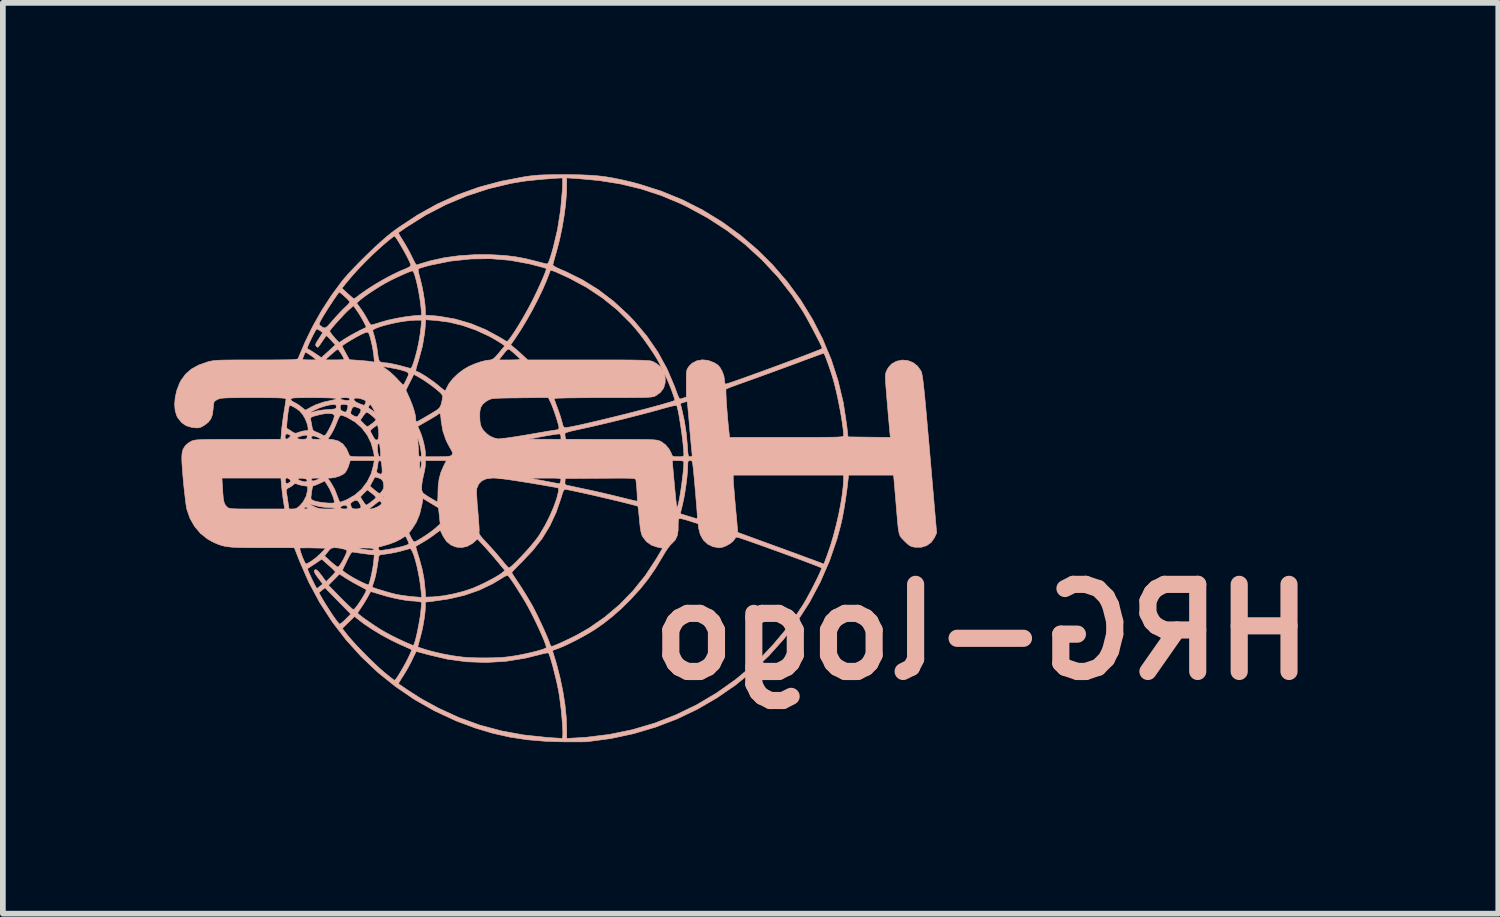
<source format=kicad_pcb>
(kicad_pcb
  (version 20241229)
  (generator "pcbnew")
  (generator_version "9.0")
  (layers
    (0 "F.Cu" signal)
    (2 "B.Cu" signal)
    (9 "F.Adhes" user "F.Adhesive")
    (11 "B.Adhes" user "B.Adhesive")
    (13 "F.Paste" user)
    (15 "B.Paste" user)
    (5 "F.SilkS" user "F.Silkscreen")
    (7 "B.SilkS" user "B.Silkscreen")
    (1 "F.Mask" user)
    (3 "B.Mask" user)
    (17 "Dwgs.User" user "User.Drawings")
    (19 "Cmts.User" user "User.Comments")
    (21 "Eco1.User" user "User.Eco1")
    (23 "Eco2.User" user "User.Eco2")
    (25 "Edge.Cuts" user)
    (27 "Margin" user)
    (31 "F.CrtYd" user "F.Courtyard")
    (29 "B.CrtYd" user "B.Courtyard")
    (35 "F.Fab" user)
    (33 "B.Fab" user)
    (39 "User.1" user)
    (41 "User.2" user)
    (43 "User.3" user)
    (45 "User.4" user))
  (footprint "HRG-logo"
    (layer "F.Cu")
    (at 6.827 4.956)
    (property "Reference" "HRG-logo" (at 7.3 3.05 180) (layer "B.SilkS") (effects (font (size 1.524 1.524) (thickness 0.3)) (justify mirror)))
    (attr through_hole)
    (fp_poly (pts (xy -0.147 -4.951) (xy -0.268 -4.949) (xy -0.368 -4.947) (xy -0.454 -4.943) (xy -0.531 -4.936) (xy -0.607 -4.928) (xy -0.686 -4.916) (xy -0.709 -4.913) (xy -1.115 -4.835) (xy -1.502 -4.731) (xy -1.872 -4.598) (xy -2.228 -4.437) (xy -2.574 -4.245) (xy -2.911 -4.022) (xy -3.009 -3.95) (xy -3.098 -3.879) (xy -3.204 -3.788) (xy -3.32 -3.682) (xy -3.441 -3.567) (xy -3.562 -3.448) (xy -3.676 -3.331) (xy -3.779 -3.222) (xy -3.864 -3.125) (xy -3.899 -3.082) (xy -4.082 -2.834) (xy -4.254 -2.568) (xy -4.409 -2.293) (xy -4.541 -2.022) (xy -4.559 -1.979) (xy -4.593 -1.899) (xy -4.623 -1.829) (xy -4.646 -1.774) (xy -4.658 -1.743) (xy -4.66 -1.74) (xy -4.664 -1.733) (xy -4.674 -1.727) (xy -4.691 -1.722) (xy -4.721 -1.718) (xy -4.764 -1.715) (xy -4.825 -1.713) (xy -4.905 -1.712) (xy -5.01 -1.711) (xy -5.14 -1.71) (xy -5.3 -1.71) (xy -5.395 -1.71) (xy -5.572 -1.71) (xy -5.719 -1.71) (xy -5.839 -1.709) (xy -5.936 -1.708) (xy -6.014 -1.706) (xy -6.075 -1.703) (xy -6.123 -1.699) (xy -6.163 -1.694) (xy -6.196 -1.688) (xy -6.228 -1.68) (xy -6.244 -1.676) (xy -6.4 -1.621) (xy -6.528 -1.551) (xy -6.63 -1.462) (xy -6.71 -1.353) (xy -6.737 -1.3) (xy -6.784 -1.179) (xy -6.812 -1.055) (xy -6.822 -0.933) (xy -6.813 -0.823) (xy -6.784 -0.73) (xy -6.766 -0.696) (xy -6.698 -0.613) (xy -6.62 -0.559) (xy -6.526 -0.531) (xy -6.493 -0.526) (xy -6.432 -0.521) (xy -6.389 -0.525) (xy -6.351 -0.539) (xy -6.302 -0.569) (xy -6.299 -0.57) (xy -6.233 -0.621) (xy -6.189 -0.679) (xy -6.162 -0.752) (xy -6.149 -0.849) (xy -6.148 -0.86) (xy -6.143 -0.924) (xy -6.136 -0.963) (xy -6.123 -0.987) (xy -6.099 -1.004) (xy -6.075 -1.017) (xy -6.056 -1.026) (xy -6.034 -1.033) (xy -6.005 -1.039) (xy -5.967 -1.043) (xy -5.914 -1.046) (xy -5.844 -1.048) (xy -5.753 -1.049) (xy -5.636 -1.05) (xy -5.491 -1.05) (xy -5.442 -1.05) (xy -5.286 -1.05) (xy -5.16 -1.049) (xy -5.061 -1.048) (xy -4.987 -1.046) (xy -4.935 -1.043) (xy -4.901 -1.039) (xy -4.882 -1.034) (xy -4.875 -1.028) (xy -4.874 -1.026) (xy -4.877 -1.001) (xy -4.885 -0.95) (xy -4.895 -0.881) (xy -4.907 -0.81) (xy -4.922 -0.714) (xy -4.936 -0.61) (xy -4.948 -0.516) (xy -4.952 -0.47) (xy -4.964 -0.322) (xy -5.711 -0.321) (xy -5.891 -0.321) (xy -6.04 -0.321) (xy -6.162 -0.32) (xy -6.259 -0.319) (xy -6.336 -0.317) (xy -6.395 -0.314) (xy -6.439 -0.311) (xy -6.472 -0.306) (xy -6.497 -0.301) (xy -6.517 -0.294) (xy -6.527 -0.29) (xy -6.579 -0.259) (xy -6.624 -0.221) (xy -6.633 -0.212) (xy -6.656 -0.179) (xy -6.674 -0.146) (xy -6.687 -0.107) (xy -6.694 -0.06) (xy -6.697 0.001) (xy -6.695 0.081) (xy -6.688 0.183) (xy -6.678 0.312) (xy -6.671 0.385) (xy -6.66 0.507) (xy -6.647 0.623) (xy -6.635 0.728) (xy -6.624 0.814) (xy -6.614 0.877) (xy -6.609 0.902) (xy -6.555 1.059) (xy -6.474 1.201) (xy -6.371 1.323) (xy -6.248 1.421) (xy -6.172 1.465) (xy -6.113 1.493) (xy -6.059 1.516) (xy -6.006 1.534) (xy -5.951 1.548) (xy -5.887 1.558) (xy -5.812 1.566) (xy -5.721 1.57) (xy -5.61 1.573) (xy -5.474 1.574) (xy -5.308 1.575) (xy -5.289 1.575) (xy -4.728 1.575) (xy -4.638 1.806) (xy -4.477 2.175) (xy -4.287 2.529) (xy -4.069 2.866) (xy -3.826 3.183) (xy -3.558 3.48) (xy -3.268 3.755) (xy -2.956 4.005) (xy -2.626 4.23) (xy -2.277 4.428) (xy -1.913 4.597) (xy -1.877 4.612) (xy -1.565 4.728) (xy -1.263 4.819) (xy -0.962 4.887) (xy -0.653 4.934) (xy -0.33 4.961) (xy -0.082 4.969) (xy 0.035 4.971) (xy 0.146 4.971) (xy 0.243 4.971) (xy 0.322 4.97) (xy 0.376 4.969) (xy 0.392 4.968) (xy 0.804 4.913) (xy 1.204 4.828) (xy 1.591 4.713) (xy 1.965 4.57) (xy 2.322 4.399) (xy 2.663 4.201) (xy 2.986 3.979) (xy 3.29 3.732) (xy 3.573 3.463) (xy 3.834 3.171) (xy 4.071 2.859) (xy 4.284 2.527) (xy 4.471 2.176) (xy 4.579 1.928) (xy 4.493 1.928) (xy 4.491 1.947) (xy 4.474 1.99) (xy 4.446 2.053) (xy 4.408 2.131) (xy 4.364 2.218) (xy 4.317 2.31) (xy 4.267 2.403) (xy 4.219 2.49) (xy 4.174 2.567) (xy 4.159 2.591) (xy 4.009 2.816) (xy 3.838 3.043) (xy 3.654 3.262) (xy 3.465 3.465) (xy 3.313 3.611) (xy 2.994 3.878) (xy 2.659 4.115) (xy 2.31 4.322) (xy 1.947 4.498) (xy 1.572 4.644) (xy 1.185 4.758) (xy 0.788 4.84) (xy 0.381 4.89) (xy 0.239 4.899) (xy 0.175 4.903) (xy 0.115 4.906) (xy 0.091 4.908) (xy 0.036 4.911) (xy 0.036 4.801) (xy -0.032 4.801) (xy -0.033 4.864) (xy -0.038 4.901) (xy -0.044 4.91) (xy -0.065 4.909) (xy -0.113 4.906) (xy -0.182 4.902) (xy -0.267 4.896) (xy -0.311 4.893) (xy -0.717 4.85) (xy -1.106 4.779) (xy -1.483 4.678) (xy -1.848 4.546) (xy -2.205 4.382) (xy -2.481 4.232) (xy -2.544 4.194) (xy -2.619 4.146) (xy -2.7 4.094) (xy -2.778 4.043) (xy -2.845 3.997) (xy -2.895 3.962) (xy -2.907 3.953) (xy -2.9 3.938) (xy -2.879 3.902) (xy -2.847 3.85) (xy -2.825 3.816) (xy -2.774 3.734) (xy -2.721 3.639) (xy -2.675 3.551) (xy -2.67 3.539) (xy -2.64 3.476) (xy -2.615 3.426) (xy -2.6 3.396) (xy -2.597 3.391) (xy -2.581 3.393) (xy -2.538 3.404) (xy -2.475 3.421) (xy -2.399 3.442) (xy -2.392 3.444) (xy -2.054 3.524) (xy -1.713 3.57) (xy -1.371 3.582) (xy -1.03 3.562) (xy -0.69 3.507) (xy -0.439 3.445) (xy -0.373 3.428) (xy -0.32 3.417) (xy -0.288 3.415) (xy -0.283 3.416) (xy -0.271 3.441) (xy -0.253 3.492) (xy -0.231 3.565) (xy -0.206 3.653) (xy -0.181 3.751) (xy -0.156 3.852) (xy -0.133 3.95) (xy -0.114 4.041) (xy -0.108 4.071) (xy -0.091 4.172) (xy -0.076 4.283) (xy -0.062 4.397) (xy -0.051 4.511) (xy -0.042 4.62) (xy -0.035 4.718) (xy -0.032 4.801) (xy 0.036 4.801) (xy 0.036 4.745) (xy 0.028 4.542) (xy 0.005 4.317) (xy -0.032 4.081) (xy -0.082 3.843) (xy -0.142 3.61) (xy -0.156 3.562) (xy -0.214 3.373) (xy -0.112 3.336) (xy -0.07 3.319) (xy -0.319 3.319) (xy -0.335 3.333) (xy -0.379 3.351) (xy -0.446 3.372) (xy -0.53 3.394) (xy -0.627 3.417) (xy -0.731 3.44) (xy -0.836 3.46) (xy -0.938 3.476) (xy -1.014 3.486) (xy -1.118 3.495) (xy -1.246 3.5) (xy -1.386 3.502) (xy -1.527 3.501) (xy -1.659 3.497) (xy -1.77 3.489) (xy -1.789 3.487) (xy -1.961 3.464) (xy -2.139 3.431) (xy -2.309 3.391) (xy -2.428 3.358) (xy -2.428 3.358) (xy -2.68 3.358) (xy -2.681 3.378) (xy -2.698 3.421) (xy -2.726 3.481) (xy -2.762 3.553) (xy -2.803 3.63) (xy -2.847 3.706) (xy -2.889 3.777) (xy -2.926 3.836) (xy -2.956 3.877) (xy -2.975 3.894) (xy -2.976 3.895) (xy -2.993 3.884) (xy -3.03 3.856) (xy -3.083 3.814) (xy -3.146 3.762) (xy -3.157 3.753) (xy -3.243 3.678) (xy -3.34 3.587) (xy -3.444 3.486) (xy -3.547 3.381) (xy -3.645 3.279) (xy -3.73 3.185) (xy -3.797 3.106) (xy -3.811 3.089) (xy -3.89 2.986) (xy -3.675 2.777) (xy -3.627 2.816) (xy -3.506 2.909) (xy -3.362 3.005) (xy -3.204 3.1) (xy -3.042 3.188) (xy -2.885 3.264) (xy -2.855 3.277) (xy -2.786 3.307) (xy -2.729 3.333) (xy -2.691 3.351) (xy -2.68 3.358) (xy -2.428 3.358) (xy -2.49 3.338) (xy -2.538 3.322) (xy -2.565 3.312) (xy -2.568 3.311) (xy -2.566 3.294) (xy -2.555 3.252) (xy -2.539 3.192) (xy -2.529 3.156) (xy -2.501 3.049) (xy -2.476 2.93) (xy -2.456 2.811) (xy -2.442 2.701) (xy -2.436 2.612) (xy -2.436 2.605) (xy -2.436 2.528) (xy -2.501 2.528) (xy -2.512 2.648) (xy -2.521 2.734) (xy -2.535 2.829) (xy -2.553 2.927) (xy -2.572 3.024) (xy -2.591 3.114) (xy -2.61 3.19) (xy -2.628 3.247) (xy -2.642 3.28) (xy -2.649 3.285) (xy -2.666 3.279) (xy -2.708 3.261) (xy -2.769 3.235) (xy -2.84 3.203) (xy -2.935 3.158) (xy -3.039 3.106) (xy -3.137 3.053) (xy -3.183 3.027) (xy -3.248 2.987) (xy -3.321 2.94) (xy -3.396 2.889) (xy -3.469 2.839) (xy -3.533 2.793) (xy -3.583 2.754) (xy -3.606 2.735) (xy -3.741 2.735) (xy -3.829 2.824) (xy -3.874 2.867) (xy -3.911 2.898) (xy -3.933 2.912) (xy -3.934 2.912) (xy -3.95 2.899) (xy -3.98 2.863) (xy -4.019 2.81) (xy -4.057 2.756) (xy -4.109 2.676) (xy -4.163 2.592) (xy -4.21 2.515) (xy -4.231 2.481) (xy -4.299 2.362) (xy -4.246 2.318) (xy -4.192 2.275) (xy -3.967 2.505) (xy -3.741 2.735) (xy -3.606 2.735) (xy -3.614 2.728) (xy -3.621 2.718) (xy -3.612 2.701) (xy -3.589 2.665) (xy -3.564 2.629) (xy -3.518 2.559) (xy -3.465 2.471) (xy -3.402 2.357) (xy -3.393 2.342) (xy -3.378 2.345) (xy -3.336 2.357) (xy -3.276 2.376) (xy -3.213 2.395) (xy -3.11 2.425) (xy -2.998 2.453) (xy -2.887 2.476) (xy -2.785 2.494) (xy -2.701 2.504) (xy -2.664 2.506) (xy -2.605 2.51) (xy -2.555 2.517) (xy -2.501 2.528) (xy -2.436 2.528) (xy -2.436 2.526) (xy -2.339 2.516) (xy -2.035 2.472) (xy -1.912 2.444) (xy -2.5 2.444) (xy -2.648 2.432) (xy -2.737 2.423) (xy -2.834 2.41) (xy -2.919 2.396) (xy -2.925 2.395) (xy -2.979 2.383) (xy -3.047 2.365) (xy -3.122 2.344) (xy -3.198 2.321) (xy -3.227 2.312) (xy -3.469 2.312) (xy -3.478 2.342) (xy -3.501 2.389) (xy -3.535 2.447) (xy -3.575 2.51) (xy -3.615 2.569) (xy -3.652 2.618) (xy -3.68 2.65) (xy -3.694 2.659) (xy -3.712 2.647) (xy -3.749 2.615) (xy -3.801 2.566) (xy -3.864 2.505) (xy -3.923 2.445) (xy -4.132 2.231) (xy -4.036 2.133) (xy -3.939 2.035) (xy -3.827 2.108) (xy -3.751 2.154) (xy -3.665 2.203) (xy -3.592 2.242) (xy -3.535 2.271) (xy -3.492 2.296) (xy -3.47 2.31) (xy -3.469 2.312) (xy -3.227 2.312) (xy -3.268 2.3) (xy -3.323 2.281) (xy -3.359 2.268) (xy -3.367 2.262) (xy -3.362 2.245) (xy -3.349 2.205) (xy -3.335 2.163) (xy -3.319 2.11) (xy -3.304 2.047) (xy -3.289 1.969) (xy -3.272 1.869) (xy -3.255 1.751) (xy -3.25 1.723) (xy -3.238 1.706) (xy -3.226 1.701) (xy -3.33 1.701) (xy -3.341 1.824) (xy -3.349 1.885) (xy -3.362 1.96) (xy -3.378 2.04) (xy -3.395 2.115) (xy -3.412 2.176) (xy -3.426 2.216) (xy -3.429 2.221) (xy -3.446 2.221) (xy -3.487 2.206) (xy -3.544 2.18) (xy -3.612 2.146) (xy -3.683 2.108) (xy -3.751 2.068) (xy -3.802 2.036) (xy -3.848 2.004) (xy -3.856 1.997) (xy -4.011 1.997) (xy -4.022 2.014) (xy -4.051 2.046) (xy -4.092 2.088) (xy -4.173 2.168) (xy -4.254 2.058) (xy -4.304 1.995) (xy -4.34 1.963) (xy -4.359 1.958) (xy -4.378 1.972) (xy -4.38 1.995) (xy -4.362 2.032) (xy -4.324 2.087) (xy -4.307 2.109) (xy -4.232 2.21) (xy -4.278 2.248) (xy -4.311 2.273) (xy -4.333 2.286) (xy -4.334 2.286) (xy -4.345 2.272) (xy -4.367 2.233) (xy -4.396 2.175) (xy -4.425 2.115) (xy -4.456 2.047) (xy -4.481 1.991) (xy -4.496 1.954) (xy -4.499 1.942) (xy -4.483 1.931) (xy -4.446 1.907) (xy -4.395 1.872) (xy -4.371 1.857) (xy -4.249 1.775) (xy -4.13 1.88) (xy -4.078 1.927) (xy -4.038 1.966) (xy -4.014 1.991) (xy -4.011 1.997) (xy -3.856 1.997) (xy -3.879 1.978) (xy -3.888 1.966) (xy -3.878 1.947) (xy -3.858 1.905) (xy -3.829 1.846) (xy -3.807 1.799) (xy -3.771 1.727) (xy -3.746 1.682) (xy -3.726 1.657) (xy -3.709 1.65) (xy -3.698 1.651) (xy -3.667 1.657) (xy -3.611 1.665) (xy -3.541 1.675) (xy -3.497 1.681) (xy -3.33 1.701) (xy -3.226 1.701) (xy -3.213 1.696) (xy -3.165 1.69) (xy -3.131 1.686) (xy -3.056 1.675) (xy -2.967 1.658) (xy -2.881 1.638) (xy -2.873 1.636) (xy -2.838 1.626) (xy -3.808 1.626) (xy -3.815 1.659) (xy -3.836 1.708) (xy -3.864 1.766) (xy -3.896 1.823) (xy -3.927 1.872) (xy -3.953 1.905) (xy -3.966 1.913) (xy -3.987 1.902) (xy -4.025 1.874) (xy -4.074 1.832) (xy -4.093 1.816) (xy -4.2 1.719) (xy -4.144 1.647) (xy -4.108 1.604) (xy -4.079 1.583) (xy -4.179 1.583) (xy -4.256 1.664) (xy -4.307 1.712) (xy -4.365 1.761) (xy -4.423 1.804) (xy -4.475 1.837) (xy -4.513 1.855) (xy -4.527 1.857) (xy -4.54 1.84) (xy -4.561 1.798) (xy -4.586 1.74) (xy -4.593 1.721) (xy -4.615 1.66) (xy -4.629 1.612) (xy -4.634 1.585) (xy -4.634 1.582) (xy -4.614 1.579) (xy -4.568 1.578) (xy -4.501 1.577) (xy -4.419 1.578) (xy -4.402 1.579) (xy -4.179 1.583) (xy -4.079 1.583) (xy -4.078 1.583) (xy -4.041 1.575) (xy -4.013 1.575) (xy -3.958 1.579) (xy -3.9 1.588) (xy -3.85 1.602) (xy -3.816 1.616) (xy -3.808 1.626) (xy -2.838 1.626) (xy -2.806 1.617) (xy -2.75 1.602) (xy -2.713 1.592) (xy -2.707 1.59) (xy -2.687 1.601) (xy -2.664 1.642) (xy -2.638 1.706) (xy -2.612 1.79) (xy -2.586 1.89) (xy -2.562 2) (xy -2.54 2.117) (xy -2.522 2.235) (xy -2.512 2.327) (xy -2.5 2.444) (xy -1.912 2.444) (xy -1.755 2.407) (xy -1.499 2.319) (xy -1.264 2.207) (xy -1.109 2.114) (xy -1.052 2.078) (xy -1.015 2.062) (xy -0.992 2.064) (xy -0.987 2.067) (xy -0.967 2.091) (xy -0.932 2.139) (xy -0.887 2.205) (xy -0.836 2.284) (xy -0.782 2.37) (xy -0.728 2.457) (xy -0.678 2.541) (xy -0.641 2.608) (xy -0.594 2.695) (xy -0.545 2.792) (xy -0.495 2.895) (xy -0.447 2.997) (xy -0.403 3.095) (xy -0.366 3.181) (xy -0.339 3.252) (xy -0.323 3.301) (xy -0.319 3.319) (xy -0.07 3.319) (xy -0.018 3.298) (xy 0.094 3.245) (xy 0.216 3.184) (xy 0.338 3.118) (xy 0.451 3.053) (xy 0.536 3) (xy 0.694 2.889) (xy 0.839 2.774) (xy 0.982 2.648) (xy 1.132 2.501) (xy 1.163 2.469) (xy 1.322 2.295) (xy 1.46 2.122) (xy 1.587 1.938) (xy 1.704 1.744) (xy 1.757 1.655) (xy 1.805 1.583) (xy 1.713 1.583) (xy 1.602 1.771) (xy 1.412 2.06) (xy 1.197 2.327) (xy 0.96 2.571) (xy 0.702 2.789) (xy 0.426 2.981) (xy 0.231 3.093) (xy 0.153 3.133) (xy 0.069 3.174) (xy -0.016 3.214) (xy -0.094 3.25) (xy -0.161 3.278) (xy -0.208 3.296) (xy -0.229 3.301) (xy -0.246 3.287) (xy -0.259 3.257) (xy -0.274 3.214) (xy -0.301 3.147) (xy -0.337 3.062) (xy -0.38 2.966) (xy -0.427 2.866) (xy -0.474 2.766) (xy -0.52 2.675) (xy -0.56 2.597) (xy -0.567 2.584) (xy -0.616 2.5) (xy -0.675 2.401) (xy -0.738 2.3) (xy -0.791 2.218) (xy -0.839 2.147) (xy -0.879 2.085) (xy -0.909 2.039) (xy -0.924 2.014) (xy -0.926 2.012) (xy -0.916 1.996) (xy -0.895 1.973) (xy -1.045 1.973) (xy -1.098 2.017) (xy -1.144 2.049) (xy -1.214 2.091) (xy -1.3 2.138) (xy -1.394 2.187) (xy -1.49 2.232) (xy -1.579 2.271) (xy -1.606 2.283) (xy -1.766 2.337) (xy -1.943 2.382) (xy -2.122 2.416) (xy -2.291 2.434) (xy -2.345 2.436) (xy -2.431 2.438) (xy -2.442 2.289) (xy -2.46 2.12) (xy -2.493 1.949) (xy -2.543 1.766) (xy -2.557 1.722) (xy -2.578 1.653) (xy -2.594 1.597) (xy -2.603 1.561) (xy -2.603 1.551) (xy -2.587 1.541) (xy -2.548 1.518) (xy -2.525 1.504) (xy -2.724 1.504) (xy -2.74 1.518) (xy -2.783 1.536) (xy -2.849 1.555) (xy -2.931 1.574) (xy -3.024 1.593) (xy -3.123 1.61) (xy -3.22 1.623) (xy -3.226 1.623) (xy -3.248 1.612) (xy -3.253 1.603) (xy -3.333 1.603) (xy -3.349 1.615) (xy -3.395 1.618) (xy -3.467 1.612) (xy -3.563 1.597) (xy -3.596 1.591) (xy -3.618 1.586) (xy -3.612 1.582) (xy -3.576 1.58) (xy -3.507 1.579) (xy -3.499 1.58) (xy -3.419 1.581) (xy -3.368 1.585) (xy -3.341 1.593) (xy -3.333 1.603) (xy -3.253 1.603) (xy -3.256 1.598) (xy -3.262 1.579) (xy -3.259 1.568) (xy -3.24 1.559) (xy -3.197 1.548) (xy -3.177 1.543) (xy -3.067 1.511) (xy -2.963 1.472) (xy -2.877 1.429) (xy -2.85 1.412) (xy -2.812 1.388) (xy -2.787 1.375) (xy -2.783 1.375) (xy -2.769 1.398) (xy -2.75 1.437) (xy -2.733 1.476) (xy -2.724 1.502) (xy -2.724 1.504) (xy -2.525 1.504) (xy -2.495 1.487) (xy -2.476 1.476) (xy -2.404 1.432) (xy -2.33 1.382) (xy -2.269 1.338) (xy -2.268 1.337) (xy -2.222 1.302) (xy -2.189 1.279) (xy -2.175 1.273) (xy -2.166 1.29) (xy -2.147 1.329) (xy -2.125 1.376) (xy -2.066 1.464) (xy -1.989 1.527) (xy -1.9 1.563) (xy -1.804 1.572) (xy -1.708 1.552) (xy -1.617 1.502) (xy -1.589 1.48) (xy -1.526 1.422) (xy -1.419 1.536) (xy -1.363 1.598) (xy -1.295 1.675) (xy -1.225 1.756) (xy -1.179 1.811) (xy -1.045 1.973) (xy -0.895 1.973) (xy -0.886 1.962) (xy -0.839 1.914) (xy -0.781 1.855) (xy -0.751 1.826) (xy -0.558 1.623) (xy -0.395 1.415) (xy -0.261 1.196) (xy -0.151 0.961) (xy -0.063 0.705) (xy -0.06 0.694) (xy -0.039 0.625) (xy -0.023 0.583) (xy -0.009 0.562) (xy 0.007 0.555) (xy 0.022 0.556) (xy 0.066 0.563) (xy 0.135 0.577) (xy 0.224 0.596) (xy 0.329 0.619) (xy 0.446 0.645) (xy 0.57 0.673) (xy 0.696 0.703) (xy 0.821 0.732) (xy 0.939 0.76) (xy 1.047 0.787) (xy 1.139 0.81) (xy 1.212 0.829) (xy 1.261 0.842) (xy 1.281 0.85) (xy 1.281 0.85) (xy 1.285 0.868) (xy 1.291 0.914) (xy 1.298 0.981) (xy 1.306 1.063) (xy 1.308 1.088) (xy 1.319 1.195) (xy 1.33 1.273) (xy 1.343 1.33) (xy 1.358 1.371) (xy 1.364 1.382) (xy 1.431 1.468) (xy 1.521 1.531) (xy 1.619 1.564) (xy 1.713 1.583) (xy 1.805 1.583) (xy 1.807 1.58) (xy 1.85 1.525) (xy 1.874 1.502) (xy 1.933 1.441) (xy 1.969 1.366) (xy 1.985 1.271) (xy 1.986 1.211) (xy 1.986 1.149) (xy 1.99 1.099) (xy 1.996 1.072) (xy 1.996 1.072) (xy 2.012 1.065) (xy 2.046 1.068) (xy 2.103 1.082) (xy 2.172 1.103) (xy 2.335 1.155) (xy 2.345 1.237) (xy 2.373 1.347) (xy 2.426 1.44) (xy 2.501 1.511) (xy 2.595 1.557) (xy 2.702 1.575) (xy 2.71 1.575) (xy 2.765 1.565) (xy 2.83 1.539) (xy 2.893 1.503) (xy 2.944 1.463) (xy 2.969 1.43) (xy 2.99 1.399) (xy 3.009 1.389) (xy 3.032 1.394) (xy 3.082 1.41) (xy 3.156 1.435) (xy 3.25 1.468) (xy 3.36 1.507) (xy 3.482 1.55) (xy 3.611 1.597) (xy 3.745 1.645) (xy 3.879 1.694) (xy 4.01 1.742) (xy 4.132 1.787) (xy 4.243 1.829) (xy 4.338 1.865) (xy 4.414 1.894) (xy 4.467 1.916) (xy 4.492 1.927) (xy 4.493 1.928) (xy 4.579 1.928) (xy 4.631 1.809) (xy 4.763 1.424) (xy 4.829 1.179) (xy 4.858 1.051) (xy 4.886 0.898) (xy 4.913 0.73) (xy 4.938 0.555) (xy 4.956 0.402) (xy 4.966 0.305) (xy 4.879 0.305) (xy 4.879 0.377) (xy 4.872 0.5) (xy 4.855 0.648) (xy 4.828 0.815) (xy 4.793 0.993) (xy 4.751 1.175) (xy 4.704 1.356) (xy 4.653 1.529) (xy 4.599 1.686) (xy 4.597 1.692) (xy 4.535 1.86) (xy 4.398 1.809) (xy 4.351 1.791) (xy 4.276 1.764) (xy 4.179 1.728) (xy 4.064 1.685) (xy 3.934 1.638) (xy 3.796 1.587) (xy 3.652 1.535) (xy 3.644 1.532) (xy 3.028 1.307) (xy 3.022 1.233) (xy 3.018 1.195) (xy 3.013 1.128) (xy 3.005 1.041) (xy 3.004 1.029) (xy 2.321 1.029) (xy 2.32 1.051) (xy 2.318 1.063) (xy 2.314 1.067) (xy 2.312 1.067) (xy 2.292 1.062) (xy 2.248 1.049) (xy 2.188 1.031) (xy 2.162 1.023) (xy 2.023 0.98) (xy 2.061 0.821) (xy 2.084 0.716) (xy 2.105 0.596) (xy 2.124 0.47) (xy 2.139 0.347) (xy 2.149 0.238) (xy 2.153 0.151) (xy 2.153 0.151) (xy 2.154 0.095) (xy 2.158 0.072) (xy 2.085 0.072) (xy 2.082 0.151) (xy 2.073 0.253) (xy 2.06 0.368) (xy 2.044 0.489) (xy 2.027 0.606) (xy 2.009 0.712) (xy 1.991 0.798) (xy 1.98 0.838) (xy 1.975 0.855) (xy 1.971 0.866) (xy 1.967 0.869) (xy 1.963 0.861) (xy 1.958 0.841) (xy 1.953 0.804) (xy 1.947 0.748) (xy 1.944 0.722) (xy 1.27 0.722) (xy 1.269 0.755) (xy 1.267 0.762) (xy 1.248 0.758) (xy 1.202 0.747) (xy 1.133 0.731) (xy 1.048 0.71) (xy 0.95 0.686) (xy 0.947 0.685) (xy 0.823 0.655) (xy 0.683 0.622) (xy 0.543 0.59) (xy 0.415 0.562) (xy 0.358 0.55) (xy 0.343 0.547) (xy -0.103 0.547) (xy -0.107 0.584) (xy -0.107 0.587) (xy -0.14 0.718) (xy -0.193 0.866) (xy -0.261 1.023) (xy -0.341 1.181) (xy -0.431 1.333) (xy -0.457 1.374) (xy -0.497 1.428) (xy -0.55 1.494) (xy -0.612 1.568) (xy -0.68 1.644) (xy -0.749 1.719) (xy -0.816 1.788) (xy -0.876 1.848) (xy -0.926 1.894) (xy -0.962 1.921) (xy -0.978 1.927) (xy -0.994 1.913) (xy -1.027 1.877) (xy -1.069 1.827) (xy -1.105 1.783) (xy -1.165 1.711) (xy -1.238 1.627) (xy -1.313 1.544) (xy -1.361 1.493) (xy -1.424 1.425) (xy -1.465 1.377) (xy -1.489 1.342) (xy -1.498 1.317) (xy -1.497 1.301) (xy -1.495 1.272) (xy -1.497 1.216) (xy -1.501 1.158) (xy -2.177 1.158) (xy -2.258 1.231) (xy -2.303 1.268) (xy -2.362 1.312) (xy -2.428 1.358) (xy -2.495 1.401) (xy -2.556 1.438) (xy -2.603 1.463) (xy -2.63 1.473) (xy -2.631 1.473) (xy -2.648 1.459) (xy -2.672 1.423) (xy -2.687 1.396) (xy -2.725 1.318) (xy -2.676 1.256) (xy -2.596 1.132) (xy -2.537 0.99) (xy -2.498 0.826) (xy -2.493 0.799) (xy -3.203 0.799) (xy -3.206 0.812) (xy -3.234 0.837) (xy -3.28 0.863) (xy -3.333 0.885) (xy -3.378 0.896) (xy -3.384 0.896) (xy -3.427 0.896) (xy -3.385 0.867) (xy -3.373 0.858) (xy -3.562 0.858) (xy -3.573 0.883) (xy -3.612 0.895) (xy -3.658 0.897) (xy -3.701 0.893) (xy -3.711 0.886) (xy -3.801 0.886) (xy -3.818 0.895) (xy -3.86 0.897) (xy -3.908 0.892) (xy -3.914 0.887) (xy -4.003 0.887) (xy -4.024 0.893) (xy -4.079 0.896) (xy -4.144 0.897) (xy -4.225 0.896) (xy -4.283 0.89) (xy -4.322 0.881) (xy -4.493 0.881) (xy -4.499 0.893) (xy -4.527 0.897) (xy -4.557 0.892) (xy -4.561 0.881) (xy -4.537 0.865) (xy -4.527 0.864) (xy -4.499 0.874) (xy -4.493 0.881) (xy -4.322 0.881) (xy -4.329 0.879) (xy -4.376 0.859) (xy -4.384 0.855) (xy -4.43 0.831) (xy -4.46 0.813) (xy -4.468 0.807) (xy -4.453 0.809) (xy -4.416 0.819) (xy -4.371 0.834) (xy -4.297 0.853) (xy -4.208 0.866) (xy -4.142 0.871) (xy -4.062 0.875) (xy -4.016 0.881) (xy -4.003 0.887) (xy -3.914 0.887) (xy -3.926 0.876) (xy -3.926 0.874) (xy -3.911 0.853) (xy -3.874 0.836) (xy -3.831 0.83) (xy -3.811 0.844) (xy -3.803 0.864) (xy -3.801 0.886) (xy -3.711 0.886) (xy -3.725 0.876) (xy -3.737 0.848) (xy -3.746 0.813) (xy -3.736 0.79) (xy -3.703 0.765) (xy -3.701 0.764) (xy -3.659 0.744) (xy -3.628 0.748) (xy -3.599 0.779) (xy -3.576 0.818) (xy -3.562 0.858) (xy -3.373 0.858) (xy -3.344 0.836) (xy -3.297 0.798) (xy -3.289 0.792) (xy -3.254 0.764) (xy -3.232 0.757) (xy -3.216 0.77) (xy -3.203 0.799) (xy -2.493 0.799) (xy -2.478 0.713) (xy -2.343 0.795) (xy -2.207 0.877) (xy -2.192 1.017) (xy -2.177 1.158) (xy -1.501 1.158) (xy -1.502 1.138) (xy -1.509 1.043) (xy -1.518 0.938) (xy -1.519 0.924) (xy -1.529 0.816) (xy -1.535 0.718) (xy -1.54 0.636) (xy -1.541 0.575) (xy -1.539 0.542) (xy -1.538 0.541) (xy -1.504 0.461) (xy -1.451 0.406) (xy -1.376 0.371) (xy -1.275 0.357) (xy -1.236 0.356) (xy -1.186 0.359) (xy -1.106 0.367) (xy -1 0.381) (xy -0.872 0.4) (xy -0.725 0.423) (xy -0.564 0.449) (xy -0.391 0.478) (xy -0.21 0.51) (xy -0.153 0.52) (xy -0.115 0.529) (xy -0.103 0.547) (xy 0.343 0.547) (xy 0.263 0.53) (xy 0.176 0.511) (xy 0.105 0.496) (xy 0.057 0.486) (xy 0.039 0.482) (xy 0.012 0.47) (xy 0.004 0.442) (xy 0.006 0.419) (xy 0.009 0.38) (xy -0.065 0.38) (xy -0.069 0.407) (xy -0.078 0.438) (xy -0.087 0.456) (xy -0.088 0.457) (xy -0.105 0.454) (xy -0.149 0.446) (xy -0.215 0.433) (xy -0.298 0.418) (xy -0.353 0.407) (xy -0.616 0.359) (xy -0.341 0.357) (xy -0.236 0.357) (xy -0.16 0.358) (xy -0.11 0.361) (xy -0.081 0.366) (xy -0.067 0.374) (xy -0.065 0.38) (xy 0.009 0.38) (xy 0.011 0.364) (xy 0.623 0.36) (xy 0.784 0.359) (xy 0.914 0.358) (xy 1.017 0.358) (xy 1.095 0.359) (xy 1.153 0.361) (xy 1.193 0.363) (xy 1.22 0.367) (xy 1.235 0.373) (xy 1.242 0.379) (xy 1.245 0.385) (xy 1.25 0.416) (xy 1.256 0.469) (xy 1.261 0.534) (xy 1.266 0.603) (xy 1.269 0.668) (xy 1.27 0.722) (xy 1.944 0.722) (xy 1.939 0.671) (xy 1.929 0.57) (xy 1.917 0.442) (xy 1.903 0.285) (xy 1.892 0.165) (xy 1.882 0.051) (xy -2.069 0.051) (xy -2.118 0.148) (xy -2.166 0.26) (xy -2.196 0.371) (xy -2.212 0.494) (xy -2.216 0.606) (xy -2.217 0.678) (xy -2.22 0.734) (xy -2.225 0.767) (xy -2.229 0.774) (xy -2.248 0.763) (xy -2.289 0.739) (xy -2.343 0.708) (xy -2.351 0.703) (xy -2.364 0.695) (xy -3.3 0.695) (xy -3.312 0.711) (xy -3.343 0.74) (xy -3.384 0.773) (xy -3.426 0.804) (xy -3.458 0.824) (xy -3.471 0.829) (xy -3.486 0.817) (xy -3.511 0.784) (xy -3.526 0.762) (xy -3.552 0.722) (xy -3.568 0.694) (xy -3.571 0.688) (xy -3.56 0.673) (xy -3.532 0.642) (xy -3.511 0.622) (xy -3.452 0.562) (xy -3.376 0.621) (xy -3.334 0.655) (xy -3.307 0.683) (xy -3.3 0.695) (xy -2.364 0.695) (xy -2.379 0.686) (xy -3.164 0.686) (xy -3.173 0.694) (xy -3.181 0.686) (xy -3.173 0.677) (xy -3.164 0.686) (xy -2.379 0.686) (xy -2.408 0.668) (xy -2.454 0.636) (xy -2.481 0.614) (xy -2.483 0.612) (xy -2.5 0.568) (xy -2.501 0.511) (xy -3.164 0.511) (xy -3.173 0.547) (xy -3.196 0.586) (xy -3.222 0.617) (xy -3.24 0.625) (xy -3.261 0.615) (xy -3.298 0.588) (xy -3.331 0.561) (xy -3.406 0.497) (xy -3.365 0.422) (xy -3.341 0.378) (xy -3.325 0.347) (xy -3.321 0.34) (xy -3.304 0.341) (xy -3.266 0.35) (xy -3.251 0.355) (xy -3.203 0.379) (xy -3.176 0.418) (xy -3.165 0.479) (xy -3.164 0.511) (xy -2.501 0.511) (xy -2.502 0.496) (xy -2.489 0.4) (xy -2.47 0.313) (xy -2.456 0.251) (xy -3.192 0.251) (xy -3.201 0.283) (xy -3.224 0.288) (xy -3.264 0.272) (xy -3.266 0.271) (xy -3.286 0.254) (xy -3.288 0.226) (xy -3.281 0.199) (xy -3.27 0.145) (xy -3.266 0.097) (xy -3.257 0.06) (xy -3.24 0.051) (xy -3.33 0.051) (xy -3.342 0.123) (xy -3.384 0.281) (xy -3.455 0.424) (xy -3.552 0.551) (xy -3.672 0.655) (xy -3.811 0.735) (xy -3.841 0.747) (xy -3.888 0.765) (xy -3.921 0.776) (xy -3.929 0.778) (xy -3.933 0.773) (xy -4.028 0.773) (xy -4.032 0.787) (xy -4.049 0.794) (xy -4.085 0.795) (xy -4.146 0.793) (xy -4.167 0.791) (xy -4.243 0.784) (xy -4.315 0.772) (xy -4.369 0.759) (xy -4.375 0.757) (xy -4.419 0.738) (xy -4.437 0.717) (xy -4.438 0.692) (xy -4.427 0.602) (xy -4.417 0.541) (xy -4.408 0.506) (xy -4.404 0.501) (xy -4.493 0.501) (xy -4.498 0.574) (xy -4.521 0.674) (xy -4.574 0.772) (xy -4.63 0.838) (xy -4.675 0.877) (xy -4.717 0.894) (xy -4.755 0.897) (xy -4.821 0.897) (xy -4.897 0.897) (xy -5.382 0.897) (xy -5.523 0.897) (xy -5.634 0.897) (xy -5.719 0.896) (xy -5.782 0.894) (xy -5.827 0.891) (xy -5.858 0.886) (xy -5.879 0.88) (xy -5.894 0.872) (xy -5.905 0.862) (xy -5.93 0.835) (xy -5.948 0.806) (xy -5.961 0.766) (xy -5.971 0.71) (xy -5.978 0.631) (xy -5.983 0.555) (xy -5.995 0.356) (xy -4.963 0.356) (xy -4.951 0.494) (xy -4.942 0.584) (xy -4.93 0.682) (xy -4.918 0.765) (xy -4.897 0.897) (xy -4.821 0.897) (xy -4.84 0.775) (xy -4.85 0.705) (xy -4.86 0.642) (xy -4.867 0.599) (xy -4.868 0.56) (xy -4.85 0.538) (xy -4.825 0.526) (xy -4.779 0.5) (xy -4.746 0.473) (xy -4.718 0.452) (xy -4.687 0.458) (xy -4.684 0.459) (xy -4.647 0.473) (xy -4.593 0.486) (xy -4.572 0.489) (xy -4.493 0.501) (xy -4.404 0.501) (xy -4.397 0.492) (xy -4.394 0.491) (xy -4.369 0.484) (xy -4.325 0.467) (xy -4.285 0.449) (xy -4.196 0.407) (xy -4.146 0.486) (xy -4.111 0.547) (xy -4.079 0.616) (xy -4.051 0.685) (xy -4.033 0.743) (xy -4.028 0.773) (xy -3.933 0.773) (xy -3.94 0.764) (xy -3.956 0.726) (xy -3.969 0.69) (xy -4.026 0.546) (xy -4.094 0.428) (xy -4.107 0.411) (xy -4.146 0.358) (xy -4.273 0.358) (xy -4.341 0.39) (xy -4.393 0.407) (xy -4.423 0.401) (xy -4.426 0.394) (xy -4.505 0.394) (xy -4.513 0.418) (xy -4.547 0.423) (xy -4.607 0.408) (xy -4.612 0.407) (xy -4.792 0.407) (xy -4.806 0.427) (xy -4.815 0.434) (xy -4.85 0.454) (xy -4.87 0.45) (xy -4.881 0.43) (xy -4.888 0.385) (xy -4.873 0.358) (xy -4.843 0.355) (xy -4.808 0.38) (xy -4.805 0.383) (xy -4.792 0.407) (xy -4.612 0.407) (xy -4.618 0.405) (xy -4.659 0.385) (xy -4.669 0.37) (xy -4.647 0.36) (xy -4.595 0.359) (xy -4.591 0.359) (xy -4.538 0.366) (xy -4.511 0.38) (xy -4.505 0.394) (xy -4.426 0.394) (xy -4.434 0.37) (xy -4.434 0.368) (xy -4.419 0.361) (xy -4.38 0.357) (xy -4.354 0.357) (xy -4.273 0.358) (xy -4.146 0.358) (xy -4.148 0.356) (xy -4.09 0.356) (xy -4.017 0.346) (xy -3.94 0.322) (xy -3.873 0.288) (xy -3.846 0.267) (xy -3.819 0.23) (xy -3.792 0.176) (xy -3.779 0.141) (xy -3.751 0.051) (xy -3.33 0.051) (xy -3.24 0.051) (xy -3.222 0.055) (xy -3.209 0.07) (xy -3.202 0.105) (xy -3.196 0.164) (xy -3.194 0.191) (xy -3.192 0.251) (xy -2.456 0.251) (xy -2.453 0.241) (xy -2.441 0.172) (xy -2.436 0.12) (xy -2.436 0.116) (xy -2.436 0.103) (xy -2.505 0.103) (xy -2.512 0.154) (xy -2.514 0.165) (xy -2.526 0.197) (xy -2.533 0.196) (xy -2.537 0.162) (xy -2.538 0.127) (xy -2.534 0.082) (xy -2.526 0.054) (xy -2.521 0.051) (xy -2.508 0.065) (xy -2.505 0.103) (xy -2.436 0.103) (xy -2.436 0.051) (xy -2.069 0.051) (xy 1.882 0.051) (xy 1.983 0.051) (xy 2.047 0.054) (xy 2.08 0.063) (xy 2.085 0.072) (xy 2.158 0.072) (xy 2.159 0.065) (xy 2.172 0.053) (xy 2.194 0.051) (xy 2.206 0.051) (xy 2.216 0.052) (xy 2.225 0.058) (xy 2.232 0.073) (xy 2.238 0.099) (xy 2.244 0.141) (xy 2.251 0.201) (xy 2.259 0.282) (xy 2.269 0.389) (xy 2.281 0.524) (xy 2.289 0.615) (xy 2.3 0.75) (xy 2.309 0.856) (xy 2.315 0.935) (xy 2.319 0.991) (xy 2.321 1.029) (xy 3.004 1.029) (xy 2.995 0.938) (xy 2.985 0.827) (xy 2.982 0.792) (xy 2.972 0.68) (xy 2.964 0.577) (xy 2.956 0.487) (xy 2.951 0.417) (xy 2.949 0.373) (xy 2.949 0.365) (xy 2.949 0.305) (xy 4.879 0.305) (xy 4.966 0.305) (xy 5.754 0.305) (xy 5.792 0.749) (xy 5.805 0.907) (xy 5.816 1.036) (xy 5.825 1.137) (xy 5.833 1.217) (xy 5.842 1.277) (xy 5.851 1.322) (xy 5.862 1.356) (xy 5.875 1.382) (xy 5.891 1.403) (xy 5.911 1.424) (xy 5.936 1.449) (xy 5.944 1.458) (xy 5.996 1.508) (xy 6.035 1.538) (xy 6.073 1.555) (xy 6.118 1.565) (xy 6.127 1.566) (xy 6.237 1.567) (xy 6.332 1.538) (xy 6.41 1.482) (xy 6.468 1.4) (xy 6.47 1.395) (xy 6.507 1.316) (xy 6.391 -0.03) (xy 2.23 -0.03) (xy 2.214 -0.018) (xy 2.197 -0.017) (xy 2.18 -0.018) (xy 2.169 -0.027) (xy 2.161 -0.047) (xy 2.085 -0.047) (xy 2.08 -0.03) (xy 2.059 -0.021) (xy 2.016 -0.017) (xy 1.985 -0.017) (xy 1.929 -0.018) (xy 1.897 -0.024) (xy 1.88 -0.039) (xy 1.867 -0.069) (xy 1.867 -0.07) (xy -1.96 -0.07) (xy -1.97 -0.052) (xy -1.974 -0.047) (xy -1.99 -0.034) (xy -2.015 -0.026) (xy -2.054 -0.02) (xy -2.115 -0.018) (xy -2.202 -0.017) (xy -2.218 -0.017) (xy -2.436 -0.017) (xy -2.436 -0.057) (xy -2.506 -0.057) (xy -2.508 -0.028) (xy -2.519 -0.018) (xy -2.527 -0.017) (xy -2.549 -0.031) (xy -2.555 -0.064) (xy -2.555 -0.069) (xy -3.219 -0.069) (xy -3.22 -0.034) (xy -3.228 -0.019) (xy -3.237 -0.017) (xy -3.329 -0.017) (xy -3.544 -0.017) (xy -3.633 -0.017) (xy -3.695 -0.019) (xy -3.733 -0.024) (xy -3.755 -0.031) (xy -3.766 -0.042) (xy -3.768 -0.047) (xy -3.817 -0.158) (xy -3.88 -0.24) (xy -3.959 -0.292) (xy -4.054 -0.317) (xy -4.06 -0.318) (xy -4.117 -0.323) (xy -4.256 -0.323) (xy -4.345 -0.322) (xy -4.4 -0.324) (xy -4.427 -0.332) (xy -4.434 -0.348) (xy -4.423 -0.373) (xy -4.502 -0.373) (xy -4.508 -0.342) (xy -4.513 -0.333) (xy -4.538 -0.325) (xy -4.58 -0.322) (xy -4.627 -0.324) (xy -4.665 -0.33) (xy -4.679 -0.337) (xy -4.673 -0.355) (xy -4.635 -0.372) (xy -4.565 -0.389) (xy -4.562 -0.39) (xy -4.798 -0.39) (xy -4.801 -0.373) (xy -4.816 -0.354) (xy -4.852 -0.326) (xy -4.879 -0.327) (xy -4.891 -0.355) (xy -4.891 -0.363) (xy -4.883 -0.405) (xy -4.856 -0.417) (xy -4.823 -0.406) (xy -4.798 -0.39) (xy -4.562 -0.39) (xy -4.524 -0.395) (xy -4.505 -0.389) (xy -4.502 -0.373) (xy -4.423 -0.373) (xy -4.422 -0.376) (xy -4.388 -0.382) (xy -4.335 -0.364) (xy -4.321 -0.358) (xy -4.256 -0.323) (xy -4.117 -0.323) (xy -4.142 -0.326) (xy -4.085 -0.411) (xy -4.05 -0.472) (xy -4.014 -0.548) (xy -3.984 -0.621) (xy -3.959 -0.681) (xy -3.936 -0.725) (xy -3.93 -0.731) (xy -4.028 -0.731) (xy -4.036 -0.693) (xy -4.057 -0.635) (xy -4.086 -0.568) (xy -4.12 -0.5) (xy -4.152 -0.444) (xy -4.18 -0.402) (xy -4.199 -0.385) (xy -4.218 -0.386) (xy -4.24 -0.4) (xy -4.285 -0.424) (xy -4.34 -0.447) (xy -4.345 -0.449) (xy -4.388 -0.468) (xy -4.409 -0.495) (xy -4.41 -0.499) (xy -4.486 -0.499) (xy -4.492 -0.479) (xy -4.514 -0.473) (xy -4.529 -0.473) (xy -4.579 -0.466) (xy -4.634 -0.45) (xy -4.637 -0.449) (xy -4.684 -0.432) (xy -4.714 -0.428) (xy -4.741 -0.438) (xy -4.781 -0.464) (xy -4.822 -0.491) (xy -4.853 -0.509) (xy -4.859 -0.511) (xy -4.862 -0.529) (xy -4.861 -0.571) (xy -4.856 -0.631) (xy -4.849 -0.701) (xy -4.841 -0.772) (xy -4.831 -0.836) (xy -4.822 -0.885) (xy -4.814 -0.912) (xy -4.813 -0.913) (xy -4.793 -0.912) (xy -4.755 -0.896) (xy -4.708 -0.869) (xy -4.661 -0.837) (xy -4.64 -0.821) (xy -4.585 -0.76) (xy -4.537 -0.678) (xy -4.502 -0.589) (xy -4.492 -0.543) (xy -4.486 -0.499) (xy -4.41 -0.499) (xy -4.418 -0.536) (xy -4.428 -0.595) (xy -4.44 -0.65) (xy -4.44 -0.654) (xy -4.446 -0.684) (xy -4.439 -0.703) (xy -4.414 -0.717) (xy -4.363 -0.733) (xy -4.261 -0.759) (xy -4.172 -0.773) (xy -4.101 -0.774) (xy -4.052 -0.763) (xy -4.029 -0.74) (xy -4.028 -0.731) (xy -3.93 -0.731) (xy -3.918 -0.745) (xy -3.916 -0.745) (xy -3.889 -0.739) (xy -3.843 -0.722) (xy -3.804 -0.705) (xy -3.667 -0.626) (xy -3.549 -0.521) (xy -3.453 -0.395) (xy -3.383 -0.252) (xy -3.341 -0.095) (xy -3.34 -0.089) (xy -3.329 -0.017) (xy -3.237 -0.017) (xy -3.253 -0.029) (xy -3.264 -0.068) (xy -3.272 -0.122) (xy -3.276 -0.188) (xy -3.271 -0.226) (xy -3.262 -0.239) (xy -3.249 -0.247) (xy -3.241 -0.246) (xy -3.236 -0.231) (xy -3.231 -0.194) (xy -3.224 -0.131) (xy -3.219 -0.069) (xy -2.555 -0.069) (xy -2.556 -0.104) (xy -2.559 -0.165) (xy -2.563 -0.229) (xy -2.571 -0.347) (xy -2.547 -0.276) (xy -2.531 -0.216) (xy -2.517 -0.144) (xy -2.512 -0.111) (xy -2.506 -0.057) (xy -2.436 -0.057) (xy -2.436 -0.082) (xy -2.442 -0.144) (xy -2.458 -0.226) (xy -2.48 -0.315) (xy -2.507 -0.402) (xy -2.509 -0.407) (xy -3.251 -0.407) (xy -3.254 -0.355) (xy -3.264 -0.322) (xy -3.27 -0.316) (xy -3.294 -0.309) (xy -3.313 -0.315) (xy -3.333 -0.34) (xy -3.357 -0.383) (xy -3.382 -0.429) (xy -3.398 -0.462) (xy -3.401 -0.472) (xy -3.388 -0.488) (xy -3.357 -0.515) (xy -3.337 -0.53) (xy -3.274 -0.578) (xy -3.264 -0.53) (xy -3.254 -0.469) (xy -3.251 -0.407) (xy -2.509 -0.407) (xy -2.535 -0.473) (xy -2.569 -0.548) (xy -2.397 -0.647) (xy -2.327 -0.688) (xy -2.268 -0.723) (xy -2.226 -0.75) (xy -2.208 -0.763) (xy -2.191 -0.776) (xy -2.178 -0.77) (xy -2.17 -0.741) (xy -2.163 -0.685) (xy -2.161 -0.648) (xy -2.131 -0.469) (xy -2.071 -0.295) (xy -2.012 -0.183) (xy -1.979 -0.127) (xy -1.963 -0.092) (xy -1.96 -0.07) (xy 1.867 -0.07) (xy 1.865 -0.078) (xy 1.824 -0.156) (xy 1.762 -0.228) (xy 1.687 -0.282) (xy 1.67 -0.29) (xy 1.652 -0.297) (xy 1.631 -0.303) (xy 1.603 -0.308) (xy 1.566 -0.312) (xy 1.516 -0.315) (xy 1.45 -0.318) (xy 1.365 -0.319) (xy 1.258 -0.32) (xy 1.126 -0.321) (xy 0.966 -0.321) (xy 0.811 -0.321) (xy 0.02 -0.322) (xy 0.009 -0.364) (xy 0.009 -0.365) (xy -0.065 -0.365) (xy -0.065 -0.322) (xy -0.349 -0.323) (xy -0.633 -0.325) (xy -0.37 -0.374) (xy -0.279 -0.39) (xy -0.199 -0.403) (xy -0.136 -0.412) (xy -0.096 -0.416) (xy -0.086 -0.415) (xy -0.07 -0.394) (xy -0.065 -0.365) (xy 0.009 -0.365) (xy 0.004 -0.404) (xy 0.007 -0.428) (xy 0.026 -0.439) (xy 0.073 -0.454) (xy 0.143 -0.472) (xy 0.229 -0.491) (xy 0.259 -0.497) (xy 0.368 -0.521) (xy 0.383 -0.524) (xy -0.099 -0.524) (xy -0.108 -0.497) (xy -0.12 -0.49) (xy -0.142 -0.487) (xy -0.192 -0.479) (xy -0.268 -0.467) (xy -0.363 -0.451) (xy -0.474 -0.432) (xy -0.596 -0.411) (xy -0.624 -0.406) (xy -0.751 -0.385) (xy -0.87 -0.366) (xy -0.976 -0.35) (xy -1.064 -0.338) (xy -1.129 -0.331) (xy -1.167 -0.329) (xy -1.17 -0.329) (xy -1.223 -0.342) (xy -1.285 -0.367) (xy -1.31 -0.38) (xy -1.367 -0.422) (xy -1.418 -0.475) (xy -1.433 -0.495) (xy -1.457 -0.537) (xy -1.472 -0.58) (xy -1.481 -0.635) (xy -1.485 -0.705) (xy -1.484 -0.803) (xy -1.469 -0.876) (xy -1.436 -0.932) (xy -1.382 -0.979) (xy -1.349 -1) (xy -1.327 -1.012) (xy -1.306 -1.021) (xy -1.281 -1.029) (xy -1.248 -1.034) (xy -1.204 -1.038) (xy -1.143 -1.041) (xy -1.062 -1.043) (xy -0.957 -1.045) (xy -0.823 -1.046) (xy -0.782 -1.047) (xy -0.287 -1.052) (xy -0.251 -0.981) (xy -0.23 -0.934) (xy -0.204 -0.867) (xy -0.176 -0.79) (xy -0.149 -0.709) (xy -0.126 -0.634) (xy -0.108 -0.572) (xy -0.1 -0.531) (xy -0.099 -0.524) (xy 0.383 -0.524) (xy 0.504 -0.551) (xy 0.66 -0.588) (xy 0.829 -0.628) (xy 1.004 -0.671) (xy 1.179 -0.716) (xy 1.347 -0.759) (xy 1.503 -0.8) (xy 1.638 -0.837) (xy 1.692 -0.853) (xy 1.78 -0.877) (xy 1.856 -0.897) (xy 1.915 -0.91) (xy 1.95 -0.916) (xy 1.958 -0.915) (xy 1.97 -0.883) (xy 1.984 -0.823) (xy 2 -0.741) (xy 2.016 -0.643) (xy 2.033 -0.535) (xy 2.049 -0.423) (xy 2.063 -0.313) (xy 2.074 -0.211) (xy 2.082 -0.122) (xy 2.085 -0.052) (xy 2.085 -0.047) (xy 2.161 -0.047) (xy 2.161 -0.048) (xy 2.155 -0.087) (xy 2.151 -0.151) (xy 2.147 -0.208) (xy 2.128 -0.421) (xy 2.095 -0.638) (xy 2.052 -0.834) (xy 2.024 -0.948) (xy 2.081 -0.967) (xy 2.12 -0.978) (xy 2.142 -0.98) (xy 2.144 -0.98) (xy 2.146 -0.962) (xy 2.151 -0.915) (xy 2.158 -0.843) (xy 2.167 -0.751) (xy 2.176 -0.644) (xy 2.185 -0.542) (xy 2.195 -0.422) (xy 2.205 -0.311) (xy 2.214 -0.215) (xy 2.221 -0.137) (xy 2.227 -0.085) (xy 2.229 -0.064) (xy 2.23 -0.03) (xy 6.391 -0.03) (xy 6.388 -0.066) (xy 6.366 -0.317) (xy 6.346 -0.536) (xy 6.33 -0.726) (xy 6.315 -0.889) (xy 6.302 -1.028) (xy 6.291 -1.143) (xy 6.281 -1.238) (xy 6.272 -1.315) (xy 6.264 -1.377) (xy 6.257 -1.424) (xy 6.25 -1.46) (xy 6.244 -1.487) (xy 6.237 -1.507) (xy 6.232 -1.519) (xy 6.172 -1.603) (xy 6.093 -1.664) (xy 6 -1.7) (xy 5.902 -1.708) (xy 5.804 -1.687) (xy 5.798 -1.684) (xy 5.718 -1.639) (xy 5.661 -1.575) (xy 5.632 -1.522) (xy 5.623 -1.5) (xy 5.616 -1.478) (xy 5.612 -1.452) (xy 5.61 -1.417) (xy 5.611 -1.368) (xy 5.615 -1.302) (xy 5.622 -1.214) (xy 5.631 -1.099) (xy 5.639 -1.002) (xy 5.65 -0.876) (xy 5.66 -0.756) (xy 5.67 -0.647) (xy 5.678 -0.556) (xy 5.684 -0.488) (xy 5.687 -0.453) (xy 5.697 -0.355) (xy 5.327 -0.359) (xy 4.956 -0.364) (xy 4.954 -0.389) (xy 4.879 -0.389) (xy 4.878 -0.382) (xy 4.874 -0.376) (xy 4.865 -0.371) (xy 4.846 -0.367) (xy 4.817 -0.364) (xy 4.775 -0.361) (xy 4.716 -0.359) (xy 4.639 -0.358) (xy 4.541 -0.357) (xy 4.419 -0.356) (xy 4.271 -0.356) (xy 4.095 -0.356) (xy 3.887 -0.356) (xy 2.885 -0.356) (xy 2.875 -0.445) (xy 2.864 -0.55) (xy 2.853 -0.662) (xy 2.844 -0.776) (xy 2.835 -0.886) (xy 2.828 -0.987) (xy 2.827 -1.008) (xy 1.926 -1.008) (xy 1.926 -1.003) (xy 1.902 -0.992) (xy 1.85 -0.974) (xy 1.771 -0.951) (xy 1.671 -0.922) (xy 1.552 -0.89) (xy 1.419 -0.854) (xy 1.274 -0.817) (xy 1.123 -0.778) (xy 0.967 -0.739) (xy 0.812 -0.701) (xy 0.66 -0.664) (xy 0.516 -0.63) (xy 0.383 -0.599) (xy 0.264 -0.572) (xy 0.164 -0.551) (xy 0.085 -0.536) (xy 0.033 -0.527) (xy 0.019 -0.526) (xy -0.006 -0.529) (xy -0.022 -0.544) (xy -0.035 -0.579) (xy -0.046 -0.622) (xy -0.063 -0.684) (xy -0.088 -0.763) (xy -0.117 -0.845) (xy -0.126 -0.87) (xy -0.151 -0.936) (xy -0.171 -0.991) (xy -0.182 -1.026) (xy -0.184 -1.035) (xy -0.167 -1.038) (xy -0.12 -1.041) (xy -0.043 -1.043) (xy 0.059 -1.046) (xy 0.184 -1.047) (xy 0.33 -1.049) (xy 0.495 -1.05) (xy 0.672 -1.05) (xy 0.865 -1.05) (xy 1.027 -1.05) (xy 1.161 -1.051) (xy 1.27 -1.052) (xy 1.357 -1.053) (xy 1.425 -1.055) (xy 1.477 -1.058) (xy 1.516 -1.061) (xy 1.544 -1.066) (xy 1.565 -1.071) (xy 1.582 -1.078) (xy 1.584 -1.079) (xy -2.135 -1.079) (xy -2.136 -1.046) (xy -2.146 -0.993) (xy -2.148 -0.982) (xy -2.166 -0.916) (xy -2.188 -0.874) (xy -2.218 -0.845) (xy -2.255 -0.82) (xy -2.309 -0.787) (xy -2.373 -0.749) (xy -2.439 -0.71) (xy -2.501 -0.674) (xy -2.552 -0.646) (xy -2.584 -0.63) (xy -2.593 -0.627) (xy -2.601 -0.641) (xy -2.604 -0.663) (xy -3.3 -0.663) (xy -3.312 -0.647) (xy -3.342 -0.619) (xy -3.381 -0.588) (xy -3.419 -0.56) (xy -3.446 -0.544) (xy -3.452 -0.542) (xy -3.469 -0.553) (xy -3.5 -0.581) (xy -3.518 -0.599) (xy -3.574 -0.657) (xy -3.527 -0.726) (xy -3.497 -0.767) (xy -3.471 -0.792) (xy -3.461 -0.796) (xy -3.439 -0.786) (xy -3.402 -0.76) (xy -3.361 -0.727) (xy -3.325 -0.694) (xy -3.303 -0.67) (xy -3.3 -0.663) (xy -2.604 -0.663) (xy -2.605 -0.677) (xy -2.605 -0.682) (xy -2.613 -0.746) (xy -2.624 -0.789) (xy -3.311 -0.789) (xy -3.369 -0.83) (xy -3.38 -0.837) (xy -3.562 -0.837) (xy -3.569 -0.803) (xy -3.588 -0.77) (xy -3.616 -0.729) (xy -3.64 -0.714) (xy -3.671 -0.723) (xy -3.703 -0.74) (xy -3.736 -0.763) (xy -3.744 -0.786) (xy -3.736 -0.82) (xy -3.716 -0.869) (xy -3.693 -0.89) (xy -3.658 -0.889) (xy -3.632 -0.881) (xy -3.582 -0.861) (xy -3.562 -0.837) (xy -3.38 -0.837) (xy -3.406 -0.855) (xy -3.428 -0.871) (xy -3.431 -0.873) (xy -3.431 -0.889) (xy -3.427 -0.896) (xy -3.791 -0.896) (xy -3.797 -0.861) (xy -3.81 -0.824) (xy -3.826 -0.799) (xy -3.832 -0.796) (xy -3.852 -0.801) (xy -3.883 -0.812) (xy -3.916 -0.834) (xy -3.926 -0.873) (xy -3.926 -0.88) (xy -3.925 -0.891) (xy -3.994 -0.891) (xy -3.996 -0.872) (xy -4.005 -0.86) (xy -4.029 -0.852) (xy -4.073 -0.847) (xy -4.144 -0.843) (xy -4.151 -0.842) (xy -4.229 -0.835) (xy -4.304 -0.824) (xy -4.361 -0.812) (xy -4.375 -0.807) (xy -4.43 -0.787) (xy -4.455 -0.782) (xy -4.45 -0.791) (xy -4.414 -0.813) (xy -4.379 -0.831) (xy -4.295 -0.869) (xy -4.203 -0.9) (xy -4.115 -0.922) (xy -4.045 -0.931) (xy -4.041 -0.931) (xy -4.006 -0.926) (xy -3.994 -0.903) (xy -3.994 -0.891) (xy -3.925 -0.891) (xy -3.923 -0.913) (xy -3.909 -0.928) (xy -3.873 -0.931) (xy -3.858 -0.931) (xy -3.814 -0.929) (xy -3.795 -0.917) (xy -3.791 -0.896) (xy -3.427 -0.896) (xy -3.419 -0.914) (xy -3.405 -0.931) (xy -3.403 -0.931) (xy -3.388 -0.918) (xy -3.364 -0.884) (xy -3.351 -0.86) (xy -3.311 -0.789) (xy -2.624 -0.789) (xy -2.635 -0.831) (xy -2.668 -0.93) (xy -2.687 -0.976) (xy -3.476 -0.976) (xy -3.485 -0.95) (xy -3.501 -0.923) (xy -3.508 -0.914) (xy -3.524 -0.92) (xy -3.562 -0.934) (xy -3.596 -0.947) (xy -3.655 -0.976) (xy -3.685 -1.006) (xy -3.685 -1.024) (xy -3.757 -1.024) (xy -3.767 -1.005) (xy -3.802 -1) (xy -3.864 -1.008) (xy -3.873 -1.01) (xy -3.915 -1.022) (xy -3.923 -1.034) (xy -3.994 -1.034) (xy -4.009 -1.021) (xy -4.046 -1.01) (xy -4.057 -1.008) (xy -4.216 -0.973) (xy -4.357 -0.924) (xy -4.426 -0.89) (xy -4.477 -0.862) (xy -4.516 -0.841) (xy -4.533 -0.832) (xy -4.533 -0.832) (xy -4.548 -0.841) (xy -4.58 -0.866) (xy -4.608 -0.889) (xy -4.66 -0.928) (xy -4.712 -0.959) (xy -4.734 -0.969) (xy -4.776 -0.993) (xy -4.79 -1.019) (xy -4.788 -1.029) (xy -4.779 -1.036) (xy -4.76 -1.042) (xy -4.727 -1.046) (xy -4.674 -1.048) (xy -4.6 -1.049) (xy -4.498 -1.05) (xy -4.392 -1.05) (xy -4.264 -1.049) (xy -4.157 -1.047) (xy -4.075 -1.044) (xy -4.02 -1.04) (xy -3.995 -1.035) (xy -3.994 -1.034) (xy -3.923 -1.034) (xy -3.924 -1.035) (xy -3.904 -1.045) (xy -3.856 -1.05) (xy -3.841 -1.05) (xy -3.788 -1.047) (xy -3.762 -1.038) (xy -3.757 -1.024) (xy -3.685 -1.024) (xy -3.686 -1.03) (xy -3.659 -1.043) (xy -3.606 -1.041) (xy -3.577 -1.034) (xy -3.516 -1.015) (xy -3.484 -0.997) (xy -3.476 -0.976) (xy -2.687 -0.976) (xy -2.71 -1.034) (xy -2.723 -1.063) (xy -2.777 -1.181) (xy -2.708 -1.319) (xy -2.638 -1.458) (xy -2.541 -1.404) (xy -2.472 -1.362) (xy -2.394 -1.309) (xy -2.313 -1.251) (xy -2.241 -1.194) (xy -2.185 -1.146) (xy -2.167 -1.128) (xy -2.145 -1.102) (xy -2.135 -1.079) (xy 1.584 -1.079) (xy 1.591 -1.082) (xy 1.675 -1.142) (xy 1.732 -1.218) (xy 1.758 -1.309) (xy 1.759 -1.379) (xy 1.75 -1.465) (xy 1.792 -1.372) (xy 1.822 -1.303) (xy 1.852 -1.229) (xy 1.88 -1.155) (xy 1.903 -1.089) (xy 1.92 -1.038) (xy 1.926 -1.008) (xy 2.827 -1.008) (xy 2.824 -1.074) (xy 2.821 -1.142) (xy 2.821 -1.186) (xy 2.824 -1.201) (xy 2.844 -1.21) (xy 2.89 -1.229) (xy 2.96 -1.255) (xy 3.047 -1.287) (xy 3.148 -1.323) (xy 3.211 -1.346) (xy 3.332 -1.389) (xy 3.476 -1.441) (xy 3.633 -1.498) (xy 3.793 -1.557) (xy 3.948 -1.614) (xy 4.055 -1.653) (xy 4.173 -1.698) (xy 4.282 -1.738) (xy 4.376 -1.772) (xy 4.451 -1.8) (xy 4.503 -1.819) (xy 4.53 -1.828) (xy 4.532 -1.829) (xy 4.542 -1.814) (xy 4.56 -1.772) (xy 4.583 -1.711) (xy 4.611 -1.636) (xy 4.639 -1.554) (xy 4.667 -1.47) (xy 4.691 -1.392) (xy 4.722 -1.281) (xy 4.753 -1.153) (xy 4.783 -1.016) (xy 4.811 -0.876) (xy 4.836 -0.739) (xy 4.856 -0.613) (xy 4.871 -0.503) (xy 4.878 -0.417) (xy 4.879 -0.389) (xy 4.954 -0.389) (xy 4.934 -0.567) (xy 4.874 -0.963) (xy 4.782 -1.348) (xy 4.661 -1.722) (xy 4.581 -1.911) (xy 4.506 -1.911) (xy 4.491 -1.903) (xy 4.448 -1.884) (xy 4.379 -1.857) (xy 4.29 -1.822) (xy 4.183 -1.781) (xy 4.061 -1.735) (xy 3.93 -1.686) (xy 3.791 -1.634) (xy 3.649 -1.582) (xy 3.508 -1.53) (xy 3.37 -1.48) (xy 3.239 -1.433) (xy 3.12 -1.39) (xy 3.015 -1.353) (xy 2.928 -1.323) (xy 2.863 -1.301) (xy 2.823 -1.289) (xy 2.812 -1.287) (xy 2.803 -1.302) (xy 2.797 -1.34) (xy 2.796 -1.359) (xy 2.785 -1.431) (xy 2.755 -1.512) (xy 2.749 -1.523) (xy 2.714 -1.583) (xy 2.676 -1.624) (xy 2.619 -1.659) (xy 2.612 -1.663) (xy 2.509 -1.702) (xy 2.407 -1.712) (xy 2.312 -1.695) (xy 2.229 -1.652) (xy 2.176 -1.599) (xy 2.157 -1.572) (xy 2.144 -1.548) (xy 2.135 -1.52) (xy 2.13 -1.48) (xy 2.128 -1.422) (xy 2.128 -1.341) (xy 2.128 -1.298) (xy 2.128 -1.061) (xy 2.068 -1.041) (xy 2.044 -1.032) (xy 2.026 -1.028) (xy 2.011 -1.033) (xy 1.997 -1.052) (xy 1.981 -1.088) (xy 1.958 -1.147) (xy 1.927 -1.233) (xy 1.923 -1.245) (xy 1.793 -1.549) (xy 1.713 -1.549) (xy 1.704 -1.541) (xy 1.696 -1.549) (xy 1.704 -1.558) (xy 1.713 -1.549) (xy 1.793 -1.549) (xy 1.792 -1.552) (xy 1.784 -1.566) (xy 1.7 -1.566) (xy 1.651 -1.612) (xy 1.601 -1.65) (xy 1.544 -1.682) (xy 1.54 -1.684) (xy 1.523 -1.689) (xy 1.5 -1.694) (xy 1.468 -1.698) (xy 1.424 -1.701) (xy 1.365 -1.704) (xy 1.29 -1.706) (xy 1.196 -1.708) (xy 1.079 -1.709) (xy 0.938 -1.71) (xy 0.77 -1.71) (xy 0.573 -1.71) (xy 0.415 -1.71) (xy -0.646 -1.71) (xy -0.658 -1.721) (xy -0.777 -1.721) (xy -0.792 -1.717) (xy -0.835 -1.713) (xy -0.898 -1.711) (xy -0.964 -1.71) (xy -1.151 -1.71) (xy -1.072 -1.811) (xy -1.03 -1.863) (xy -1.002 -1.89) (xy -0.982 -1.899) (xy -0.965 -1.893) (xy -0.963 -1.892) (xy -0.928 -1.864) (xy -0.885 -1.827) (xy -0.841 -1.787) (xy -0.803 -1.752) (xy -0.78 -1.727) (xy -0.777 -1.721) (xy -0.658 -1.721) (xy -0.733 -1.791) (xy -0.788 -1.842) (xy -0.844 -1.891) (xy -0.882 -1.923) (xy -0.922 -1.956) (xy -1.048 -1.956) (xy -1.15 -1.833) (xy -1.202 -1.772) (xy -1.241 -1.735) (xy -1.271 -1.716) (xy -1.298 -1.71) (xy -1.37 -1.702) (xy -1.461 -1.68) (xy -1.56 -1.646) (xy -1.659 -1.604) (xy -1.671 -1.599) (xy -1.773 -1.539) (xy -1.871 -1.464) (xy -1.957 -1.381) (xy -2.022 -1.297) (xy -2.046 -1.254) (xy -2.069 -1.208) (xy -2.086 -1.176) (xy -2.092 -1.168) (xy -2.106 -1.179) (xy -2.141 -1.206) (xy -2.189 -1.245) (xy -2.217 -1.269) (xy -2.279 -1.318) (xy -2.349 -1.368) (xy -2.42 -1.417) (xy -2.487 -1.458) (xy -2.505 -1.469) (xy -2.731 -1.469) (xy -2.738 -1.433) (xy -2.763 -1.379) (xy -2.766 -1.373) (xy -2.791 -1.321) (xy -2.812 -1.284) (xy -2.822 -1.27) (xy -2.822 -1.27) (xy -2.836 -1.282) (xy -2.867 -1.313) (xy -2.91 -1.357) (xy -2.929 -1.379) (xy -2.987 -1.437) (xy -3.047 -1.492) (xy -3.1 -1.534) (xy -3.108 -1.539) (xy -3.148 -1.567) (xy -3.17 -1.586) (xy -3.171 -1.592) (xy -3.133 -1.588) (xy -3.072 -1.578) (xy -3.001 -1.565) (xy -2.929 -1.551) (xy -2.869 -1.536) (xy -2.851 -1.531) (xy -2.784 -1.511) (xy -2.745 -1.492) (xy -2.731 -1.469) (xy -2.505 -1.469) (xy -2.542 -1.49) (xy -2.579 -1.506) (xy -2.587 -1.507) (xy -2.599 -1.51) (xy -2.603 -1.524) (xy -2.599 -1.553) (xy -2.586 -1.603) (xy -2.563 -1.678) (xy -2.556 -1.7) (xy -2.487 -1.954) (xy -2.448 -2.193) (xy -2.441 -2.269) (xy -2.432 -2.405) (xy -2.502 -2.405) (xy -2.513 -2.282) (xy -2.529 -2.152) (xy -2.554 -2.007) (xy -2.586 -1.862) (xy -2.621 -1.731) (xy -2.635 -1.688) (xy -2.657 -1.623) (xy -2.674 -1.584) (xy -2.689 -1.566) (xy -2.706 -1.564) (xy -2.714 -1.566) (xy -2.745 -1.575) (xy -2.8 -1.589) (xy -2.869 -1.608) (xy -2.908 -1.618) (xy -2.987 -1.636) (xy -3.062 -1.651) (xy -3.121 -1.659) (xy -3.14 -1.659) (xy -3.191 -1.665) (xy -3.212 -1.672) (xy -3.328 -1.672) (xy -3.394 -1.683) (xy -3.442 -1.689) (xy -3.511 -1.695) (xy -3.589 -1.702) (xy -3.613 -1.704) (xy -3.766 -1.714) (xy -3.769 -1.72) (xy -3.858 -1.72) (xy -3.874 -1.716) (xy -3.916 -1.713) (xy -3.978 -1.711) (xy -4.024 -1.711) (xy -4.117 -1.711) (xy -4.341 -1.711) (xy -4.464 -1.711) (xy -4.523 -1.712) (xy -4.567 -1.715) (xy -4.586 -1.719) (xy -4.587 -1.719) (xy -4.581 -1.739) (xy -4.566 -1.778) (xy -4.562 -1.788) (xy -4.536 -1.848) (xy -4.485 -1.818) (xy -4.433 -1.784) (xy -4.387 -1.749) (xy -4.341 -1.711) (xy -4.117 -1.711) (xy -4.189 -1.712) (xy -4.087 -1.804) (xy -4.038 -1.847) (xy -3.997 -1.879) (xy -3.972 -1.896) (xy -3.968 -1.896) (xy -3.953 -1.883) (xy -3.929 -1.85) (xy -3.901 -1.807) (xy -3.876 -1.763) (xy -3.861 -1.73) (xy -3.858 -1.72) (xy -3.769 -1.72) (xy -3.829 -1.83) (xy -3.859 -1.886) (xy -3.881 -1.929) (xy -3.892 -1.952) (xy -3.892 -1.954) (xy -3.879 -1.967) (xy -3.869 -1.973) (xy -4.011 -1.973) (xy -4.133 -1.861) (xy -4.255 -1.75) (xy -4.363 -1.823) (xy -4.416 -1.858) (xy -4.459 -1.884) (xy -4.484 -1.896) (xy -4.486 -1.897) (xy -4.501 -1.91) (xy -4.502 -1.916) (xy -4.495 -1.941) (xy -4.477 -1.986) (xy -4.45 -2.043) (xy -4.42 -2.106) (xy -4.39 -2.165) (xy -4.364 -2.214) (xy -4.344 -2.245) (xy -4.337 -2.252) (xy -4.314 -2.243) (xy -4.276 -2.221) (xy -4.234 -2.191) (xy -4.24 -2.176) (xy -4.261 -2.141) (xy -4.293 -2.092) (xy -4.298 -2.083) (xy -4.335 -2.027) (xy -4.353 -1.99) (xy -4.355 -1.966) (xy -4.349 -1.955) (xy -4.327 -1.934) (xy -4.318 -1.931) (xy -4.304 -1.944) (xy -4.278 -1.979) (xy -4.245 -2.028) (xy -4.242 -2.032) (xy -4.208 -2.082) (xy -4.182 -2.118) (xy -4.168 -2.133) (xy -4.167 -2.134) (xy -4.152 -2.122) (xy -4.121 -2.092) (xy -4.084 -2.053) (xy -4.011 -1.973) (xy -3.869 -1.973) (xy -3.842 -1.992) (xy -3.789 -2.026) (xy -3.726 -2.064) (xy -3.66 -2.102) (xy -3.598 -2.136) (xy -3.549 -2.161) (xy -3.484 -2.189) (xy -3.445 -2.196) (xy -3.435 -2.192) (xy -3.421 -2.164) (xy -3.403 -2.111) (xy -3.385 -2.041) (xy -3.367 -1.961) (xy -3.352 -1.88) (xy -3.341 -1.807) (xy -3.339 -1.789) (xy -3.328 -1.672) (xy -3.212 -1.672) (xy -3.23 -1.678) (xy -3.237 -1.683) (xy -3.251 -1.713) (xy -3.263 -1.767) (xy -3.271 -1.832) (xy -3.283 -1.92) (xy -3.303 -2.022) (xy -3.328 -2.124) (xy -3.354 -2.208) (xy -3.358 -2.22) (xy -3.349 -2.238) (xy -3.311 -2.26) (xy -3.258 -2.28) (xy -3.472 -2.28) (xy -3.472 -2.28) (xy -3.579 -2.228) (xy -3.68 -2.175) (xy -3.768 -2.126) (xy -3.836 -2.085) (xy -3.85 -2.076) (xy -3.896 -2.045) (xy -3.93 -2.023) (xy -3.943 -2.016) (xy -3.958 -2.028) (xy -3.988 -2.058) (xy -4.028 -2.102) (xy -4.033 -2.109) (xy -4.072 -2.156) (xy -4.1 -2.194) (xy -4.11 -2.216) (xy -4.109 -2.217) (xy -4.094 -2.24) (xy -4.06 -2.282) (xy -4.014 -2.336) (xy -3.959 -2.397) (xy -3.901 -2.46) (xy -3.847 -2.518) (xy -3.8 -2.565) (xy -3.766 -2.596) (xy -3.693 -2.657) (xy -3.625 -2.56) (xy -3.591 -2.509) (xy -3.555 -2.449) (xy -3.522 -2.39) (xy -3.494 -2.337) (xy -3.476 -2.298) (xy -3.472 -2.28) (xy -3.258 -2.28) (xy -3.25 -2.284) (xy -3.17 -2.309) (xy -3.078 -2.333) (xy -2.978 -2.356) (xy -2.876 -2.376) (xy -2.776 -2.391) (xy -2.684 -2.401) (xy -2.611 -2.405) (xy -2.502 -2.405) (xy -2.432 -2.405) (xy -2.432 -2.413) (xy -2.251 -2.401) (xy -2.023 -2.371) (xy -1.788 -2.314) (xy -1.553 -2.232) (xy -1.327 -2.128) (xy -1.246 -2.084) (xy -1.184 -2.047) (xy -1.129 -2.013) (xy -1.091 -1.989) (xy -1.086 -1.985) (xy -1.048 -1.956) (xy -0.922 -1.956) (xy -0.944 -1.974) (xy -0.868 -2.083) (xy -0.77 -2.231) (xy -0.669 -2.398) (xy -0.569 -2.575) (xy -0.475 -2.756) (xy -0.39 -2.93) (xy -0.321 -3.089) (xy -0.301 -3.14) (xy -0.247 -3.282) (xy -0.194 -3.264) (xy -0.16 -3.251) (xy -0.103 -3.226) (xy -0.029 -3.192) (xy 0.054 -3.154) (xy 0.084 -3.14) (xy 0.384 -2.979) (xy 0.665 -2.792) (xy 0.924 -2.582) (xy 1.158 -2.349) (xy 1.242 -2.253) (xy 1.32 -2.157) (xy 1.401 -2.049) (xy 1.48 -1.936) (xy 1.554 -1.826) (xy 1.615 -1.727) (xy 1.657 -1.651) (xy 1.7 -1.566) (xy 1.784 -1.566) (xy 1.631 -1.846) (xy 1.438 -2.126) (xy 1.216 -2.391) (xy 1.104 -2.507) (xy 0.853 -2.738) (xy 0.59 -2.938) (xy 0.311 -3.111) (xy 0.014 -3.258) (xy -0.074 -3.295) (xy -0.103 -3.308) (xy -0.321 -3.308) (xy -0.323 -3.29) (xy -0.338 -3.246) (xy -0.364 -3.18) (xy -0.399 -3.099) (xy -0.44 -3.007) (xy -0.486 -2.907) (xy -0.535 -2.806) (xy -0.567 -2.741) (xy -0.62 -2.64) (xy -0.678 -2.535) (xy -0.738 -2.43) (xy -0.798 -2.329) (xy -0.856 -2.236) (xy -0.909 -2.156) (xy -0.953 -2.092) (xy -0.987 -2.05) (xy -1.008 -2.032) (xy -1.01 -2.032) (xy -1.027 -2.04) (xy -1.065 -2.063) (xy -1.118 -2.095) (xy -1.138 -2.107) (xy -1.383 -2.24) (xy -1.644 -2.347) (xy -1.917 -2.426) (xy -2.195 -2.474) (xy -2.289 -2.483) (xy -2.436 -2.494) (xy -2.436 -2.494) (xy -2.501 -2.494) (xy -2.64 -2.483) (xy -2.786 -2.465) (xy -2.942 -2.438) (xy -3.094 -2.405) (xy -3.228 -2.367) (xy -3.232 -2.365) (xy -3.295 -2.345) (xy -3.346 -2.33) (xy -3.377 -2.322) (xy -3.38 -2.322) (xy -3.398 -2.335) (xy -3.424 -2.37) (xy -3.445 -2.409) (xy -3.479 -2.47) (xy -3.523 -2.542) (xy -3.564 -2.602) (xy -3.638 -2.706) (xy -3.618 -2.723) (xy -3.757 -2.723) (xy -3.769 -2.704) (xy -3.799 -2.67) (xy -3.838 -2.633) (xy -3.883 -2.59) (xy -3.941 -2.529) (xy -4.004 -2.461) (xy -4.051 -2.407) (xy -4.109 -2.341) (xy -4.15 -2.297) (xy -4.18 -2.275) (xy -4.206 -2.27) (xy -4.232 -2.28) (xy -4.265 -2.303) (xy -4.272 -2.308) (xy -4.288 -2.322) (xy -4.293 -2.339) (xy -4.285 -2.365) (xy -4.262 -2.409) (xy -4.249 -2.432) (xy -4.219 -2.483) (xy -4.18 -2.546) (xy -4.135 -2.618) (xy -4.087 -2.691) (xy -4.041 -2.761) (xy -3.999 -2.821) (xy -3.967 -2.867) (xy -3.947 -2.892) (xy -3.943 -2.896) (xy -3.924 -2.885) (xy -3.889 -2.857) (xy -3.848 -2.82) (xy -3.806 -2.781) (xy -3.774 -2.747) (xy -3.757 -2.726) (xy -3.757 -2.723) (xy -3.618 -2.723) (xy -3.579 -2.758) (xy -3.516 -2.808) (xy -3.432 -2.868) (xy -3.332 -2.934) (xy -3.226 -3.001) (xy -3.139 -3.052) (xy -3.077 -3.085) (xy -3.003 -3.123) (xy -2.922 -3.161) (xy -2.842 -3.198) (xy -2.769 -3.23) (xy -2.709 -3.254) (xy -2.67 -3.267) (xy -2.661 -3.268) (xy -2.646 -3.252) (xy -2.627 -3.208) (xy -2.607 -3.141) (xy -2.585 -3.056) (xy -2.564 -2.96) (xy -2.545 -2.856) (xy -2.528 -2.75) (xy -2.515 -2.648) (xy -2.512 -2.615) (xy -2.501 -2.494) (xy -2.436 -2.494) (xy -2.436 -2.572) (xy -2.441 -2.654) (xy -2.453 -2.758) (xy -2.471 -2.874) (xy -2.494 -2.992) (xy -2.52 -3.1) (xy -2.53 -3.139) (xy -2.548 -3.207) (xy -2.559 -3.262) (xy -2.561 -3.297) (xy -2.559 -3.304) (xy -2.538 -3.313) (xy -2.491 -3.328) (xy -2.425 -3.347) (xy -2.36 -3.364) (xy -2.69 -3.364) (xy -2.705 -3.345) (xy -2.742 -3.323) (xy -2.77 -3.31) (xy -2.89 -3.26) (xy -3.026 -3.194) (xy -3.171 -3.116) (xy -3.315 -3.032) (xy -3.449 -2.947) (xy -3.566 -2.865) (xy -3.612 -2.83) (xy -3.652 -2.8) (xy -3.681 -2.783) (xy -3.69 -2.781) (xy -3.707 -2.794) (xy -3.742 -2.824) (xy -3.788 -2.865) (xy -3.799 -2.875) (xy -3.896 -2.964) (xy -3.797 -3.086) (xy -3.713 -3.185) (xy -3.611 -3.298) (xy -3.497 -3.416) (xy -3.378 -3.534) (xy -3.263 -3.642) (xy -3.159 -3.734) (xy -3.157 -3.736) (xy -3.093 -3.789) (xy -3.039 -3.833) (xy -2.999 -3.864) (xy -2.98 -3.877) (xy -2.979 -3.878) (xy -2.963 -3.864) (xy -2.935 -3.825) (xy -2.899 -3.768) (xy -2.858 -3.699) (xy -2.815 -3.624) (xy -2.773 -3.548) (xy -2.737 -3.477) (xy -2.709 -3.419) (xy -2.693 -3.378) (xy -2.69 -3.364) (xy -2.36 -3.364) (xy -2.346 -3.368) (xy -2.342 -3.369) (xy -1.993 -3.439) (xy -1.645 -3.476) (xy -1.298 -3.481) (xy -0.956 -3.453) (xy -0.62 -3.391) (xy -0.489 -3.358) (xy -0.42 -3.339) (xy -0.364 -3.323) (xy -0.329 -3.312) (xy -0.321 -3.308) (xy -0.103 -3.308) (xy -0.139 -3.324) (xy -0.185 -3.35) (xy -0.206 -3.369) (xy -0.207 -3.373) (xy -0.201 -3.397) (xy -0.188 -3.446) (xy -0.169 -3.515) (xy -0.146 -3.594) (xy -0.143 -3.605) (xy -0.091 -3.804) (xy -0.046 -4.016) (xy -0.009 -4.232) (xy 0.018 -4.444) (xy 0.033 -4.64) (xy 0.036 -4.761) (xy 0.036 -4.835) (xy -0.036 -4.835) (xy -0.036 -4.771) (xy -0.039 -4.695) (xy -0.071 -4.332) (xy -0.125 -3.991) (xy -0.202 -3.666) (xy -0.236 -3.55) (xy -0.26 -3.475) (xy -0.278 -3.427) (xy -0.292 -3.401) (xy -0.307 -3.39) (xy -0.324 -3.391) (xy -0.325 -3.391) (xy -0.357 -3.399) (xy -0.412 -3.413) (xy -0.482 -3.431) (xy -0.523 -3.442) (xy -0.695 -3.484) (xy -0.858 -3.514) (xy -1.025 -3.535) (xy -1.208 -3.547) (xy -1.302 -3.551) (xy -1.577 -3.551) (xy -1.847 -3.533) (xy -2.104 -3.498) (xy -2.342 -3.446) (xy -2.478 -3.406) (xy -2.533 -3.389) (xy -2.574 -3.376) (xy -2.592 -3.371) (xy -2.604 -3.385) (xy -2.626 -3.423) (xy -2.654 -3.478) (xy -2.67 -3.511) (xy -2.712 -3.594) (xy -2.763 -3.687) (xy -2.814 -3.774) (xy -2.825 -3.791) (xy -2.862 -3.85) (xy -2.891 -3.898) (xy -2.906 -3.928) (xy -2.908 -3.935) (xy -2.892 -3.946) (xy -2.855 -3.972) (xy -2.802 -4.009) (xy -2.766 -4.034) (xy -2.431 -4.244) (xy -2.077 -4.427) (xy -1.709 -4.581) (xy -1.329 -4.705) (xy -0.941 -4.798) (xy -0.734 -4.833) (xy -0.668 -4.842) (xy -0.579 -4.851) (xy -0.475 -4.862) (xy -0.364 -4.872) (xy -0.255 -4.88) (xy -0.157 -4.888) (xy -0.078 -4.892) (xy -0.042 -4.893) (xy -0.038 -4.878) (xy -0.036 -4.835) (xy 0.036 -4.835) (xy 0.036 -4.894) (xy 0.21 -4.884) (xy 0.604 -4.848) (xy 0.979 -4.788) (xy 1.339 -4.701) (xy 1.687 -4.587) (xy 2.029 -4.444) (xy 2.132 -4.395) (xy 2.494 -4.199) (xy 2.837 -3.977) (xy 3.157 -3.73) (xy 3.454 -3.458) (xy 3.728 -3.164) (xy 3.976 -2.847) (xy 4.159 -2.574) (xy 4.192 -2.519) (xy 4.232 -2.448) (xy 4.278 -2.364) (xy 4.326 -2.275) (xy 4.373 -2.185) (xy 4.417 -2.1) (xy 4.456 -2.024) (xy 4.485 -1.964) (xy 4.502 -1.924) (xy 4.506 -1.911) (xy 4.581 -1.911) (xy 4.51 -2.082) (xy 4.331 -2.429) (xy 4.127 -2.76) (xy 3.897 -3.073) (xy 3.643 -3.368) (xy 3.367 -3.642) (xy 3.07 -3.895) (xy 2.752 -4.125) (xy 2.417 -4.33) (xy 2.063 -4.51) (xy 1.694 -4.661) (xy 1.309 -4.784) (xy 1.179 -4.819) (xy 1.013 -4.858) (xy 0.864 -4.889) (xy 0.723 -4.913) (xy 0.584 -4.93) (xy 0.437 -4.941) (xy 0.276 -4.948) (xy 0.092 -4.951) (xy 0.002 -4.951) (xy -0.147 -4.951)) (stroke (width 0.01) (type solid)) (fill yes) (layer "B.SilkS")))
  (gr_rect
    (start -3 -3)
    (end 23.158 12.932)
    (stroke (width 0.1) (type default))
    (fill no)
    (layer "Edge.Cuts")))
</source>
